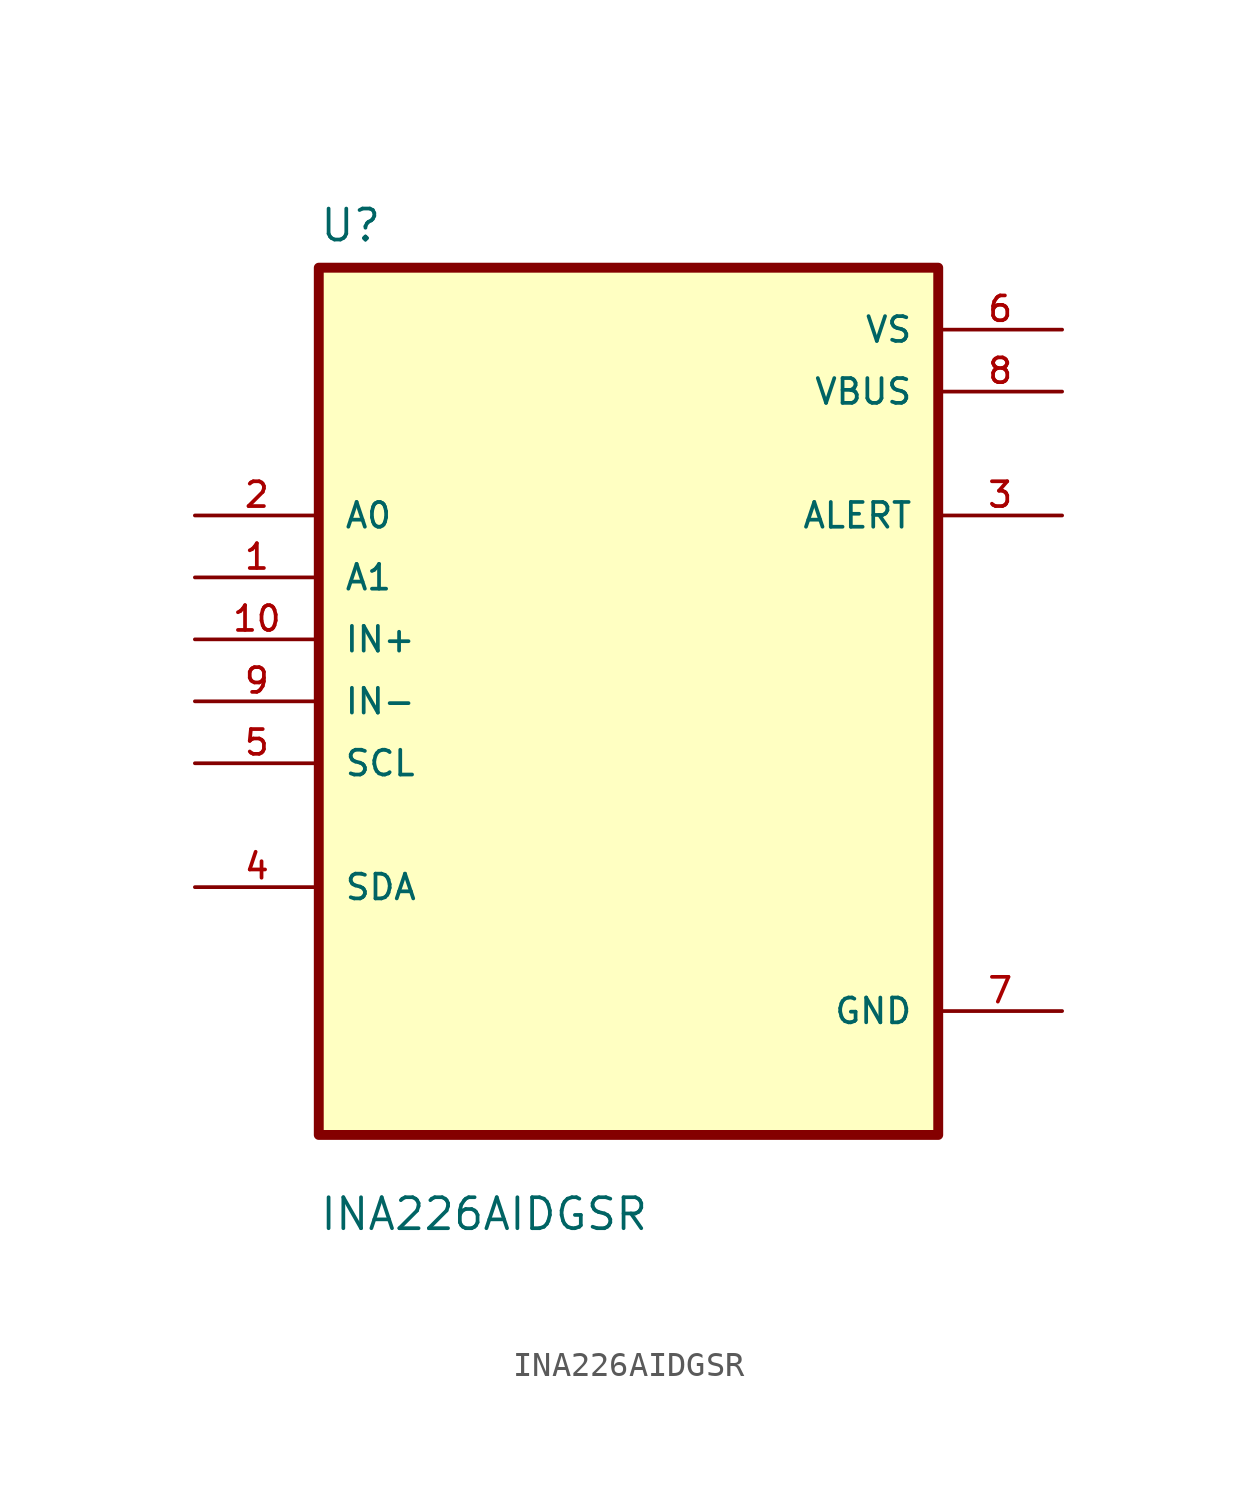
<source format=kicad_sym>
(kicad_symbol_lib
  (version 20211014)
  (generator kicad_symbol_editor)
  (symbol "INA226AIDGSR"
    (pin_names
      (offset 1.016))
    (property "Reference" "U"
      (at -12.7 18.771 0)
      (effects (font (size 1.27 1.27)) (justify left bottom)))
    (property "Value" "INA226AIDGSR"
      (at -12.7 -21.768 0)
      (effects (font (size 1.27 1.27)) (justify left bottom)))
    (property "ki_locked" ""
      (at 0 0 0)
      (effects (font (size 1.27 1.27))))
    (symbol "INA226AIDGSR_0_0"
      (rectangle (start -12.7 -17.78) (end 12.7 17.78) (stroke (width 0.406) (type default) (color 0 0 0 0)) (fill (type background)))
      (pin input line (at -17.78 5.08 0) (length 5.08) (name "A1" (effects (font (size 1.016 1.016)))) (number "1" (effects (font (size 1.016 1.016)))))
      (pin input line (at -17.78 2.54 0) (length 5.08) (name "IN+" (effects (font (size 1.016 1.016)))) (number "10" (effects (font (size 1.016 1.016)))))
      (pin input line (at -17.78 7.62 0) (length 5.08) (name "A0" (effects (font (size 1.016 1.016)))) (number "2" (effects (font (size 1.016 1.016)))))
      (pin output line (at 17.78 7.62 180) (length 5.08) (name "ALERT" (effects (font (size 1.016 1.016)))) (number "3" (effects (font (size 1.016 1.016)))))
      (pin bidirectional line (at -17.78 -7.62 0) (length 5.08) (name "SDA" (effects (font (size 1.016 1.016)))) (number "4" (effects (font (size 1.016 1.016)))))
      (pin input line (at -17.78 -2.54 0) (length 5.08) (name "SCL" (effects (font (size 1.016 1.016)))) (number "5" (effects (font (size 1.016 1.016)))))
      (pin power_in line (at 17.78 15.24 180) (length 5.08) (name "VS" (effects (font (size 1.016 1.016)))) (number "6" (effects (font (size 1.016 1.016)))))
      (pin power_in line (at 17.78 -12.7 180) (length 5.08) (name "GND" (effects (font (size 1.016 1.016)))) (number "7" (effects (font (size 1.016 1.016)))))
      (pin power_in line (at 17.78 12.7 180) (length 5.08) (name "VBUS" (effects (font (size 1.016 1.016)))) (number "8" (effects (font (size 1.016 1.016)))))
      (pin input line (at -17.78 0 0) (length 5.08) (name "IN-" (effects (font (size 1.016 1.016)))) (number "9" (effects (font (size 1.016 1.016))))))))
</source>
